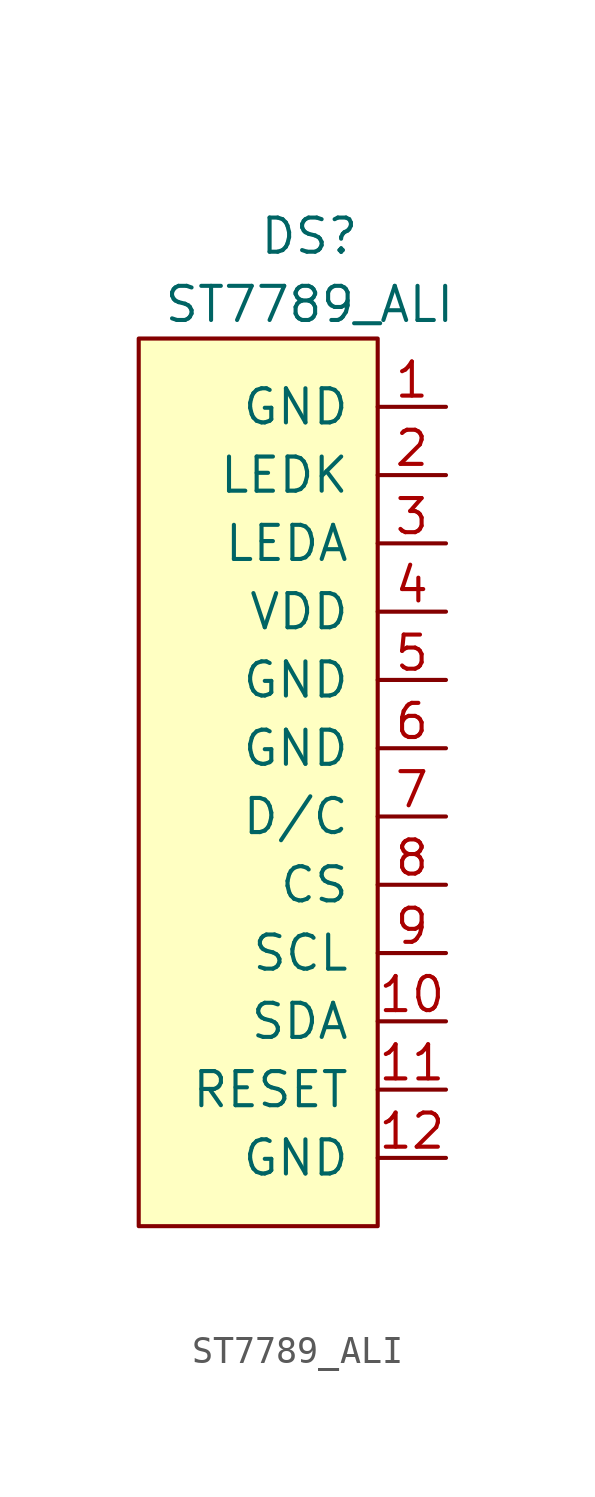
<source format=kicad_sym>
(kicad_symbol_lib
  (version 20231120)
  (generator "kicad_symbol_editor")
  (generator_version "8.0")
  (symbol "ST7789_ALI"
    (pin_names
      (offset 1.016))
    (property "Reference" "DS"
      (at 0 10.16 0)
      (effects (font (size 1.27 1.27))))
    (property "Value" "ST7789_ALI"
      (at 0 7.62 0)
      (effects (font (size 1.27 1.27))))
    (symbol "ST7789_ALI_0_1"
      (rectangle (start -6.35 6.35) (end 2.54 -26.67) (stroke (width 0) (type solid)) (fill (type background))))
    (symbol "ST7789_ALI_1_1"
      (pin power_in line (at 5.08 3.81 180) (length 2.54) (name "GND" (effects (font (size 1.27 1.27)))) (number "1" (effects (font (size 1.27 1.27)))))
      (pin input line (at 5.08 -19.05 180) (length 2.54) (name "SDA" (effects (font (size 1.27 1.27)))) (number "10" (effects (font (size 1.27 1.27)))))
      (pin input line (at 5.08 -21.59 180) (length 2.54) (name "RESET" (effects (font (size 1.27 1.27)))) (number "11" (effects (font (size 1.27 1.27)))))
      (pin power_in line (at 5.08 -24.13 180) (length 2.54) (name "GND" (effects (font (size 1.27 1.27)))) (number "12" (effects (font (size 1.27 1.27)))))
      (pin power_in line (at 5.08 1.27 180) (length 2.54) (name "LEDK" (effects (font (size 1.27 1.27)))) (number "2" (effects (font (size 1.27 1.27)))))
      (pin power_in line (at 5.08 -1.27 180) (length 2.54) (name "LEDA" (effects (font (size 1.27 1.27)))) (number "3" (effects (font (size 1.27 1.27)))))
      (pin power_in line (at 5.08 -3.81 180) (length 2.54) (name "VDD" (effects (font (size 1.27 1.27)))) (number "4" (effects (font (size 1.27 1.27)))))
      (pin power_in line (at 5.08 -6.35 180) (length 2.54) (name "GND" (effects (font (size 1.27 1.27)))) (number "5" (effects (font (size 1.27 1.27)))))
      (pin power_in line (at 5.08 -8.89 180) (length 2.54) (name "GND" (effects (font (size 1.27 1.27)))) (number "6" (effects (font (size 1.27 1.27)))))
      (pin input line (at 5.08 -11.43 180) (length 2.54) (name "D/C" (effects (font (size 1.27 1.27)))) (number "7" (effects (font (size 1.27 1.27)))))
      (pin input line (at 5.08 -13.97 180) (length 2.54) (name "CS" (effects (font (size 1.27 1.27)))) (number "8" (effects (font (size 1.27 1.27)))))
      (pin input line (at 5.08 -16.51 180) (length 2.54) (name "SCL" (effects (font (size 1.27 1.27)))) (number "9" (effects (font (size 1.27 1.27))))))))
</source>
